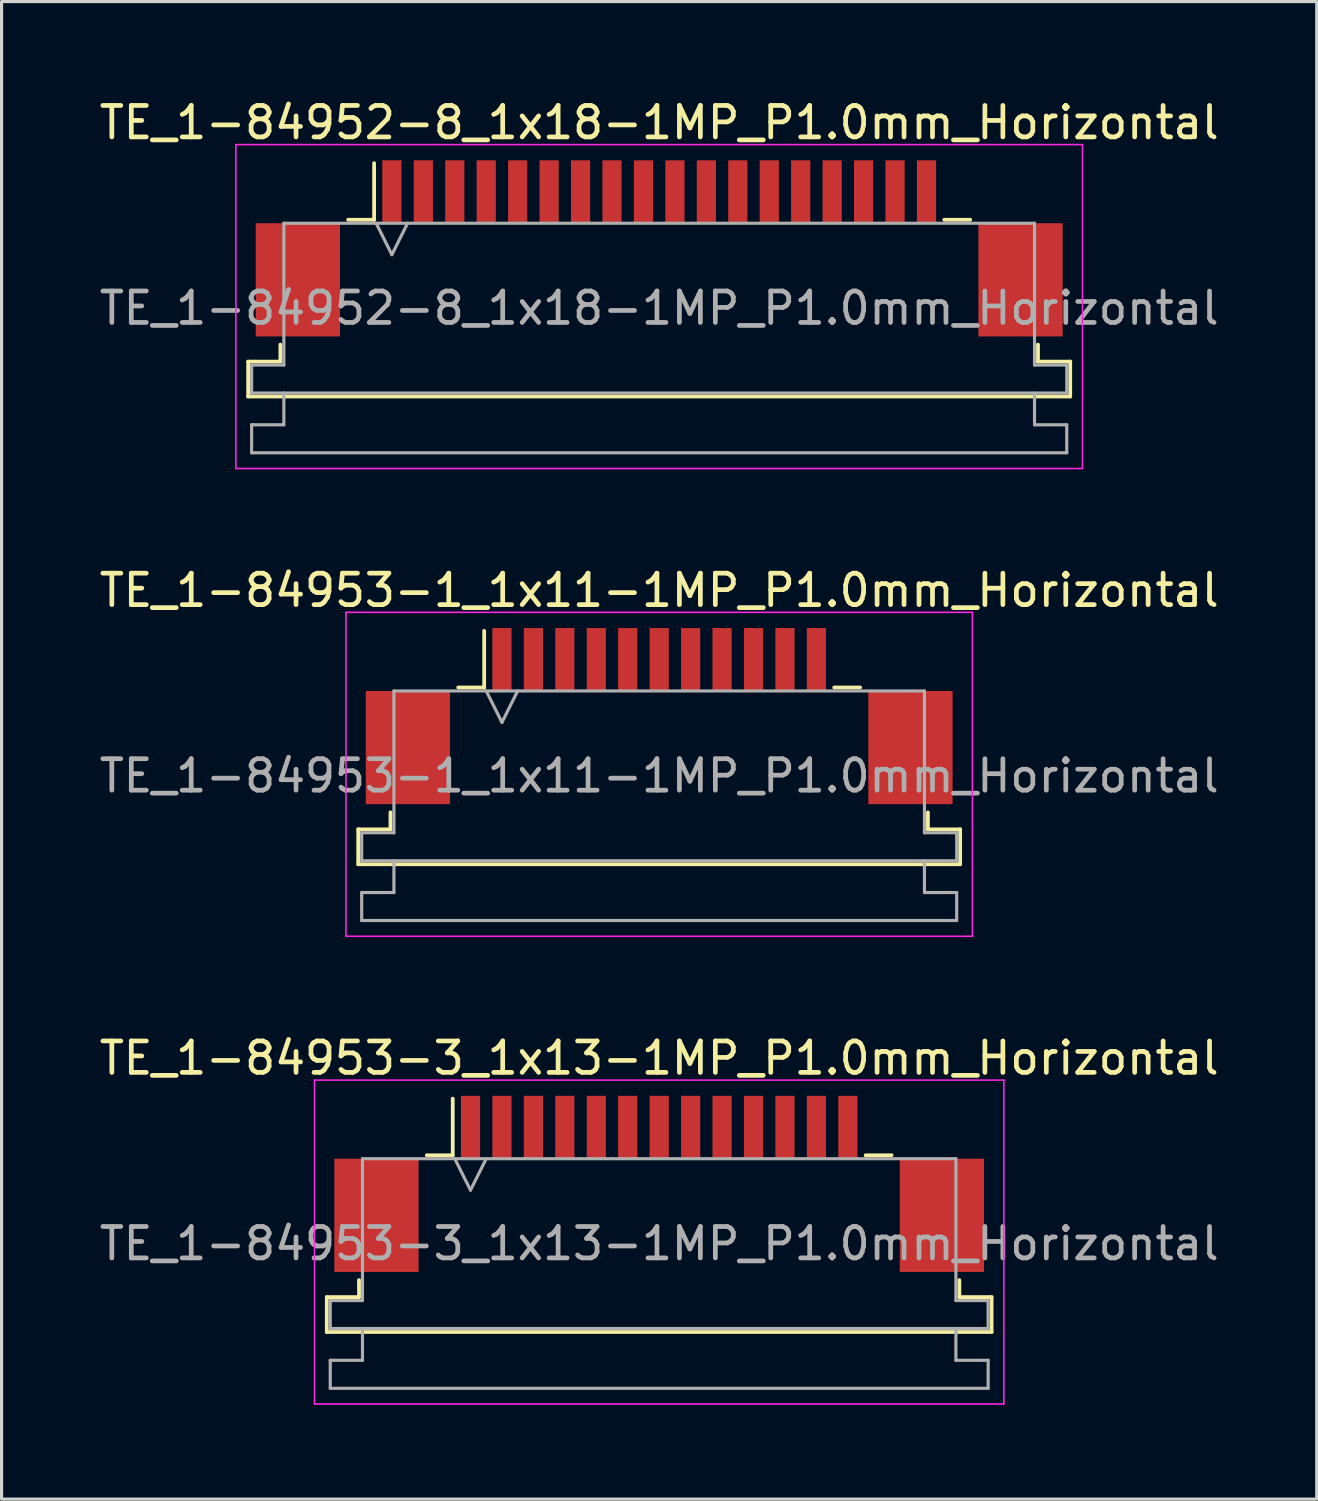
<source format=kicad_pcb>
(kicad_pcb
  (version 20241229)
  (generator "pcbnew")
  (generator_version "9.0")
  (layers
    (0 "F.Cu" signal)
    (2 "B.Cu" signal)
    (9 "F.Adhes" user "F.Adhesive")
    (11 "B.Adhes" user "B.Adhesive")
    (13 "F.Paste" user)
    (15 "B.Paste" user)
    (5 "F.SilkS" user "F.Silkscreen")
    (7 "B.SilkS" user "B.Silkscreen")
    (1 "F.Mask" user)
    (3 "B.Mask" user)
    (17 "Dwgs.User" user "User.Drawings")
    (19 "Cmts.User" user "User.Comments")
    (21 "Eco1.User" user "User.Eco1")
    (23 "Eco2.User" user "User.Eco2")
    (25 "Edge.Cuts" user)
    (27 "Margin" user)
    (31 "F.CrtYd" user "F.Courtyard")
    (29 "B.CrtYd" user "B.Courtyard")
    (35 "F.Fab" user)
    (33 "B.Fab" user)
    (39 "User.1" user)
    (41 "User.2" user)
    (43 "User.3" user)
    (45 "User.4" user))
  (footprint "TE_1-84953-3_1x13-1MP_P1.0mm_Horizontal"
    (layer "F.Cu")
    (at 17.911 34.595)
    (property "Reference" "TE_1-84953-3_1x13-1MP_P1.0mm_Horizontal" (at 0 -4 0) (layer "F.SilkS") (effects (font (size 1 1) (thickness 0.15))))
    (attr smd)
    (fp_line (start -10.57 3.6) (end -9.545 3.6) (stroke (width 0.12) (type solid)) (layer "F.SilkS"))
    (fp_line (start -10.57 4.71) (end -10.57 3.6) (stroke (width 0.12) (type solid)) (layer "F.SilkS"))
    (fp_line (start -9.545 3.6) (end -9.545 3.06) (stroke (width 0.12) (type solid)) (layer "F.SilkS"))
    (fp_line (start -7.39 -0.91) (end -6.565 -0.91) (stroke (width 0.12) (type solid)) (layer "F.SilkS"))
    (fp_line (start -6.565 -0.91) (end -6.565 -2.71) (stroke (width 0.12) (type solid)) (layer "F.SilkS"))
    (fp_line (start 6.565 -0.91) (end 7.39 -0.91) (stroke (width 0.12) (type solid)) (layer "F.SilkS"))
    (fp_line (start 9.545 3.06) (end 9.545 3.6) (stroke (width 0.12) (type solid)) (layer "F.SilkS"))
    (fp_line (start 9.545 3.6) (end 10.57 3.6) (stroke (width 0.12) (type solid)) (layer "F.SilkS"))
    (fp_line (start 10.57 3.6) (end 10.57 4.71) (stroke (width 0.12) (type solid)) (layer "F.SilkS"))
    (fp_line (start 10.57 4.71) (end -10.57 4.71) (stroke (width 0.12) (type solid)) (layer "F.SilkS"))
    (fp_line (start -10.96 -3.3) (end -10.96 7) (stroke (width 0.05) (type solid)) (layer "F.CrtYd"))
    (fp_line (start -10.96 7) (end 10.96 7) (stroke (width 0.05) (type solid)) (layer "F.CrtYd"))
    (fp_line (start 10.96 -3.3) (end -10.96 -3.3) (stroke (width 0.05) (type solid)) (layer "F.CrtYd"))
    (fp_line (start 10.96 7) (end 10.96 -3.3) (stroke (width 0.05) (type solid)) (layer "F.CrtYd"))
    (fp_line (start -10.46 3.71) (end -9.435 3.71) (stroke (width 0.1) (type solid)) (layer "F.Fab"))
    (fp_line (start -10.46 4.6) (end -10.46 3.71) (stroke (width 0.1) (type solid)) (layer "F.Fab"))
    (fp_line (start -10.46 5.61) (end -9.435 5.61) (stroke (width 0.1) (type solid)) (layer "F.Fab"))
    (fp_line (start -10.46 6.5) (end -10.46 5.61) (stroke (width 0.1) (type solid)) (layer "F.Fab"))
    (fp_line (start -9.435 -0.8) (end 9.435 -0.8) (stroke (width 0.1) (type solid)) (layer "F.Fab"))
    (fp_line (start -9.435 3.71) (end -9.435 -0.8) (stroke (width 0.1) (type solid)) (layer "F.Fab"))
    (fp_line (start -9.435 5.61) (end -9.435 4.6) (stroke (width 0.1) (type solid)) (layer "F.Fab"))
    (fp_line (start -6.5 -0.8) (end -6 0.2) (stroke (width 0.1) (type solid)) (layer "F.Fab"))
    (fp_line (start -6 0.2) (end -5.5 -0.8) (stroke (width 0.1) (type solid)) (layer "F.Fab"))
    (fp_line (start 9.435 -0.8) (end 9.435 3.71) (stroke (width 0.1) (type solid)) (layer "F.Fab"))
    (fp_line (start 9.435 3.71) (end 10.46 3.71) (stroke (width 0.1) (type solid)) (layer "F.Fab"))
    (fp_line (start 9.435 4.6) (end 9.435 5.61) (stroke (width 0.1) (type solid)) (layer "F.Fab"))
    (fp_line (start 9.435 5.61) (end 10.46 5.61) (stroke (width 0.1) (type solid)) (layer "F.Fab"))
    (fp_line (start 10.46 3.71) (end 10.46 4.6) (stroke (width 0.1) (type solid)) (layer "F.Fab"))
    (fp_line (start 10.46 4.6) (end -10.46 4.6) (stroke (width 0.1) (type solid)) (layer "F.Fab"))
    (fp_line (start 10.46 5.61) (end 10.46 6.5) (stroke (width 0.1) (type solid)) (layer "F.Fab"))
    (fp_line (start 10.46 6.5) (end -10.46 6.5) (stroke (width 0.1) (type solid)) (layer "F.Fab"))
    (fp_text user "${REFERENCE}" (at 0 1.9 0) (layer "F.Fab") (effects (font (size 1 1) (thickness 0.15))))
    (pad "1" smd rect (at -6 -1.8) (size 0.61 2) (layers "F.Cu" "F.Mask" "F.Paste"))
    (pad "2" smd rect (at -5 -1.8) (size 0.61 2) (layers "F.Cu" "F.Mask" "F.Paste"))
    (pad "3" smd rect (at -4 -1.8) (size 0.61 2) (layers "F.Cu" "F.Mask" "F.Paste"))
    (pad "4" smd rect (at -3 -1.8) (size 0.61 2) (layers "F.Cu" "F.Mask" "F.Paste"))
    (pad "5" smd rect (at -2 -1.8) (size 0.61 2) (layers "F.Cu" "F.Mask" "F.Paste"))
    (pad "6" smd rect (at -1 -1.8) (size 0.61 2) (layers "F.Cu" "F.Mask" "F.Paste"))
    (pad "7" smd rect (at 0 -1.8) (size 0.61 2) (layers "F.Cu" "F.Mask" "F.Paste"))
    (pad "8" smd rect (at 1 -1.8) (size 0.61 2) (layers "F.Cu" "F.Mask" "F.Paste"))
    (pad "9" smd rect (at 2 -1.8) (size 0.61 2) (layers "F.Cu" "F.Mask" "F.Paste"))
    (pad "10" smd rect (at 3 -1.8) (size 0.61 2) (layers "F.Cu" "F.Mask" "F.Paste"))
    (pad "11" smd rect (at 4 -1.8) (size 0.61 2) (layers "F.Cu" "F.Mask" "F.Paste"))
    (pad "12" smd rect (at 5 -1.8) (size 0.61 2) (layers "F.Cu" "F.Mask" "F.Paste"))
    (pad "13" smd rect (at 6 -1.8) (size 0.61 2) (layers "F.Cu" "F.Mask" "F.Paste"))
    (pad "MP" smd rect (at -8.99 1) (size 2.68 3.6) (layers "F.Cu" "F.Mask" "F.Paste"))
    (pad "MP" smd rect (at 8.99 1) (size 2.68 3.6) (layers "F.Cu" "F.Mask" "F.Paste")))
  (footprint "TE_1-84953-1_1x11-1MP_P1.0mm_Horizontal"
    (layer "F.Cu")
    (at 17.911 19.721)
    (property "Reference" "TE_1-84953-1_1x11-1MP_P1.0mm_Horizontal" (at 0 -4 0) (layer "F.SilkS") (effects (font (size 1 1) (thickness 0.15))))
    (attr smd)
    (fp_line (start -9.57 3.6) (end -8.545 3.6) (stroke (width 0.12) (type solid)) (layer "F.SilkS"))
    (fp_line (start -9.57 4.71) (end -9.57 3.6) (stroke (width 0.12) (type solid)) (layer "F.SilkS"))
    (fp_line (start -8.545 3.6) (end -8.545 3.06) (stroke (width 0.12) (type solid)) (layer "F.SilkS"))
    (fp_line (start -6.39 -0.91) (end -5.565 -0.91) (stroke (width 0.12) (type solid)) (layer "F.SilkS"))
    (fp_line (start -5.565 -0.91) (end -5.565 -2.71) (stroke (width 0.12) (type solid)) (layer "F.SilkS"))
    (fp_line (start 5.565 -0.91) (end 6.39 -0.91) (stroke (width 0.12) (type solid)) (layer "F.SilkS"))
    (fp_line (start 8.545 3.06) (end 8.545 3.6) (stroke (width 0.12) (type solid)) (layer "F.SilkS"))
    (fp_line (start 8.545 3.6) (end 9.57 3.6) (stroke (width 0.12) (type solid)) (layer "F.SilkS"))
    (fp_line (start 9.57 3.6) (end 9.57 4.71) (stroke (width 0.12) (type solid)) (layer "F.SilkS"))
    (fp_line (start 9.57 4.71) (end -9.57 4.71) (stroke (width 0.12) (type solid)) (layer "F.SilkS"))
    (fp_line (start -9.96 -3.3) (end -9.96 7) (stroke (width 0.05) (type solid)) (layer "F.CrtYd"))
    (fp_line (start -9.96 7) (end 9.96 7) (stroke (width 0.05) (type solid)) (layer "F.CrtYd"))
    (fp_line (start 9.96 -3.3) (end -9.96 -3.3) (stroke (width 0.05) (type solid)) (layer "F.CrtYd"))
    (fp_line (start 9.96 7) (end 9.96 -3.3) (stroke (width 0.05) (type solid)) (layer "F.CrtYd"))
    (fp_line (start -9.46 3.71) (end -8.435 3.71) (stroke (width 0.1) (type solid)) (layer "F.Fab"))
    (fp_line (start -9.46 4.6) (end -9.46 3.71) (stroke (width 0.1) (type solid)) (layer "F.Fab"))
    (fp_line (start -9.46 5.61) (end -8.435 5.61) (stroke (width 0.1) (type solid)) (layer "F.Fab"))
    (fp_line (start -9.46 6.5) (end -9.46 5.61) (stroke (width 0.1) (type solid)) (layer "F.Fab"))
    (fp_line (start -8.435 -0.8) (end 8.435 -0.8) (stroke (width 0.1) (type solid)) (layer "F.Fab"))
    (fp_line (start -8.435 3.71) (end -8.435 -0.8) (stroke (width 0.1) (type solid)) (layer "F.Fab"))
    (fp_line (start -8.435 5.61) (end -8.435 4.6) (stroke (width 0.1) (type solid)) (layer "F.Fab"))
    (fp_line (start -5.5 -0.8) (end -5 0.2) (stroke (width 0.1) (type solid)) (layer "F.Fab"))
    (fp_line (start -5 0.2) (end -4.5 -0.8) (stroke (width 0.1) (type solid)) (layer "F.Fab"))
    (fp_line (start 8.435 -0.8) (end 8.435 3.71) (stroke (width 0.1) (type solid)) (layer "F.Fab"))
    (fp_line (start 8.435 3.71) (end 9.46 3.71) (stroke (width 0.1) (type solid)) (layer "F.Fab"))
    (fp_line (start 8.435 4.6) (end 8.435 5.61) (stroke (width 0.1) (type solid)) (layer "F.Fab"))
    (fp_line (start 8.435 5.61) (end 9.46 5.61) (stroke (width 0.1) (type solid)) (layer "F.Fab"))
    (fp_line (start 9.46 3.71) (end 9.46 4.6) (stroke (width 0.1) (type solid)) (layer "F.Fab"))
    (fp_line (start 9.46 4.6) (end -9.46 4.6) (stroke (width 0.1) (type solid)) (layer "F.Fab"))
    (fp_line (start 9.46 5.61) (end 9.46 6.5) (stroke (width 0.1) (type solid)) (layer "F.Fab"))
    (fp_line (start 9.46 6.5) (end -9.46 6.5) (stroke (width 0.1) (type solid)) (layer "F.Fab"))
    (fp_text user "${REFERENCE}" (at 0 1.9 0) (layer "F.Fab") (effects (font (size 1 1) (thickness 0.15))))
    (pad "1" smd rect (at -5 -1.8) (size 0.61 2) (layers "F.Cu" "F.Mask" "F.Paste"))
    (pad "2" smd rect (at -4 -1.8) (size 0.61 2) (layers "F.Cu" "F.Mask" "F.Paste"))
    (pad "3" smd rect (at -3 -1.8) (size 0.61 2) (layers "F.Cu" "F.Mask" "F.Paste"))
    (pad "4" smd rect (at -2 -1.8) (size 0.61 2) (layers "F.Cu" "F.Mask" "F.Paste"))
    (pad "5" smd rect (at -1 -1.8) (size 0.61 2) (layers "F.Cu" "F.Mask" "F.Paste"))
    (pad "6" smd rect (at 0 -1.8) (size 0.61 2) (layers "F.Cu" "F.Mask" "F.Paste"))
    (pad "7" smd rect (at 1 -1.8) (size 0.61 2) (layers "F.Cu" "F.Mask" "F.Paste"))
    (pad "8" smd rect (at 2 -1.8) (size 0.61 2) (layers "F.Cu" "F.Mask" "F.Paste"))
    (pad "9" smd rect (at 3 -1.8) (size 0.61 2) (layers "F.Cu" "F.Mask" "F.Paste"))
    (pad "10" smd rect (at 4 -1.8) (size 0.61 2) (layers "F.Cu" "F.Mask" "F.Paste"))
    (pad "11" smd rect (at 5 -1.8) (size 0.61 2) (layers "F.Cu" "F.Mask" "F.Paste"))
    (pad "MP" smd rect (at -7.99 1) (size 2.68 3.6) (layers "F.Cu" "F.Mask" "F.Paste"))
    (pad "MP" smd rect (at 7.99 1) (size 2.68 3.6) (layers "F.Cu" "F.Mask" "F.Paste")))
  (footprint "TE_1-84952-8_1x18-1MP_P1.0mm_Horizontal"
    (layer "F.Cu")
    (at 17.911 4.848)
    (property "Reference" "TE_1-84952-8_1x18-1MP_P1.0mm_Horizontal" (at 0 -4 0) (layer "F.SilkS") (effects (font (size 1 1) (thickness 0.15))))
    (attr smd)
    (fp_line (start -13.07 3.6) (end -12.045 3.6) (stroke (width 0.12) (type solid)) (layer "F.SilkS"))
    (fp_line (start -13.07 4.71) (end -13.07 3.6) (stroke (width 0.12) (type solid)) (layer "F.SilkS"))
    (fp_line (start -12.045 3.6) (end -12.045 3.06) (stroke (width 0.12) (type solid)) (layer "F.SilkS"))
    (fp_line (start -9.89 -0.91) (end -9.065 -0.91) (stroke (width 0.12) (type solid)) (layer "F.SilkS"))
    (fp_line (start -9.065 -0.91) (end -9.065 -2.71) (stroke (width 0.12) (type solid)) (layer "F.SilkS"))
    (fp_line (start 9.065 -0.91) (end 9.89 -0.91) (stroke (width 0.12) (type solid)) (layer "F.SilkS"))
    (fp_line (start 12.045 3.06) (end 12.045 3.6) (stroke (width 0.12) (type solid)) (layer "F.SilkS"))
    (fp_line (start 12.045 3.6) (end 13.07 3.6) (stroke (width 0.12) (type solid)) (layer "F.SilkS"))
    (fp_line (start 13.07 3.6) (end 13.07 4.71) (stroke (width 0.12) (type solid)) (layer "F.SilkS"))
    (fp_line (start 13.07 4.71) (end -13.07 4.71) (stroke (width 0.12) (type solid)) (layer "F.SilkS"))
    (fp_line (start -13.46 -3.3) (end -13.46 7) (stroke (width 0.05) (type solid)) (layer "F.CrtYd"))
    (fp_line (start -13.46 7) (end 13.46 7) (stroke (width 0.05) (type solid)) (layer "F.CrtYd"))
    (fp_line (start 13.46 -3.3) (end -13.46 -3.3) (stroke (width 0.05) (type solid)) (layer "F.CrtYd"))
    (fp_line (start 13.46 7) (end 13.46 -3.3) (stroke (width 0.05) (type solid)) (layer "F.CrtYd"))
    (fp_line (start -12.96 3.71) (end -11.935 3.71) (stroke (width 0.1) (type solid)) (layer "F.Fab"))
    (fp_line (start -12.96 4.6) (end -12.96 3.71) (stroke (width 0.1) (type solid)) (layer "F.Fab"))
    (fp_line (start -12.96 5.61) (end -11.935 5.61) (stroke (width 0.1) (type solid)) (layer "F.Fab"))
    (fp_line (start -12.96 6.5) (end -12.96 5.61) (stroke (width 0.1) (type solid)) (layer "F.Fab"))
    (fp_line (start -11.935 -0.8) (end 11.935 -0.8) (stroke (width 0.1) (type solid)) (layer "F.Fab"))
    (fp_line (start -11.935 3.71) (end -11.935 -0.8) (stroke (width 0.1) (type solid)) (layer "F.Fab"))
    (fp_line (start -11.935 5.61) (end -11.935 4.6) (stroke (width 0.1) (type solid)) (layer "F.Fab"))
    (fp_line (start -9 -0.8) (end -8.5 0.2) (stroke (width 0.1) (type solid)) (layer "F.Fab"))
    (fp_line (start -8.5 0.2) (end -8 -0.8) (stroke (width 0.1) (type solid)) (layer "F.Fab"))
    (fp_line (start 11.935 -0.8) (end 11.935 3.71) (stroke (width 0.1) (type solid)) (layer "F.Fab"))
    (fp_line (start 11.935 3.71) (end 12.96 3.71) (stroke (width 0.1) (type solid)) (layer "F.Fab"))
    (fp_line (start 11.935 4.6) (end 11.935 5.61) (stroke (width 0.1) (type solid)) (layer "F.Fab"))
    (fp_line (start 11.935 5.61) (end 12.96 5.61) (stroke (width 0.1) (type solid)) (layer "F.Fab"))
    (fp_line (start 12.96 3.71) (end 12.96 4.6) (stroke (width 0.1) (type solid)) (layer "F.Fab"))
    (fp_line (start 12.96 4.6) (end -12.96 4.6) (stroke (width 0.1) (type solid)) (layer "F.Fab"))
    (fp_line (start 12.96 5.61) (end 12.96 6.5) (stroke (width 0.1) (type solid)) (layer "F.Fab"))
    (fp_line (start 12.96 6.5) (end -12.96 6.5) (stroke (width 0.1) (type solid)) (layer "F.Fab"))
    (fp_text user "${REFERENCE}" (at 0 1.9 0) (layer "F.Fab") (effects (font (size 1 1) (thickness 0.15))))
    (pad "1" smd rect (at -8.5 -1.8) (size 0.61 2) (layers "F.Cu" "F.Mask" "F.Paste"))
    (pad "2" smd rect (at -7.5 -1.8) (size 0.61 2) (layers "F.Cu" "F.Mask" "F.Paste"))
    (pad "3" smd rect (at -6.5 -1.8) (size 0.61 2) (layers "F.Cu" "F.Mask" "F.Paste"))
    (pad "4" smd rect (at -5.5 -1.8) (size 0.61 2) (layers "F.Cu" "F.Mask" "F.Paste"))
    (pad "5" smd rect (at -4.5 -1.8) (size 0.61 2) (layers "F.Cu" "F.Mask" "F.Paste"))
    (pad "6" smd rect (at -3.5 -1.8) (size 0.61 2) (layers "F.Cu" "F.Mask" "F.Paste"))
    (pad "7" smd rect (at -2.5 -1.8) (size 0.61 2) (layers "F.Cu" "F.Mask" "F.Paste"))
    (pad "8" smd rect (at -1.5 -1.8) (size 0.61 2) (layers "F.Cu" "F.Mask" "F.Paste"))
    (pad "9" smd rect (at -0.5 -1.8) (size 0.61 2) (layers "F.Cu" "F.Mask" "F.Paste"))
    (pad "10" smd rect (at 0.5 -1.8) (size 0.61 2) (layers "F.Cu" "F.Mask" "F.Paste"))
    (pad "11" smd rect (at 1.5 -1.8) (size 0.61 2) (layers "F.Cu" "F.Mask" "F.Paste"))
    (pad "12" smd rect (at 2.5 -1.8) (size 0.61 2) (layers "F.Cu" "F.Mask" "F.Paste"))
    (pad "13" smd rect (at 3.5 -1.8) (size 0.61 2) (layers "F.Cu" "F.Mask" "F.Paste"))
    (pad "14" smd rect (at 4.5 -1.8) (size 0.61 2) (layers "F.Cu" "F.Mask" "F.Paste"))
    (pad "15" smd rect (at 5.5 -1.8) (size 0.61 2) (layers "F.Cu" "F.Mask" "F.Paste"))
    (pad "16" smd rect (at 6.5 -1.8) (size 0.61 2) (layers "F.Cu" "F.Mask" "F.Paste"))
    (pad "17" smd rect (at 7.5 -1.8) (size 0.61 2) (layers "F.Cu" "F.Mask" "F.Paste"))
    (pad "18" smd rect (at 8.5 -1.8) (size 0.61 2) (layers "F.Cu" "F.Mask" "F.Paste"))
    (pad "MP" smd rect (at -11.49 1) (size 2.68 3.6) (layers "F.Cu" "F.Mask" "F.Paste"))
    (pad "MP" smd rect (at 11.49 1) (size 2.68 3.6) (layers "F.Cu" "F.Mask" "F.Paste")))
  (gr_rect
    (start -3 -3)
    (end 38.821 44.62)
    (stroke (width 0.1) (type default))
    (fill no)
    (layer "Edge.Cuts")))
</source>
